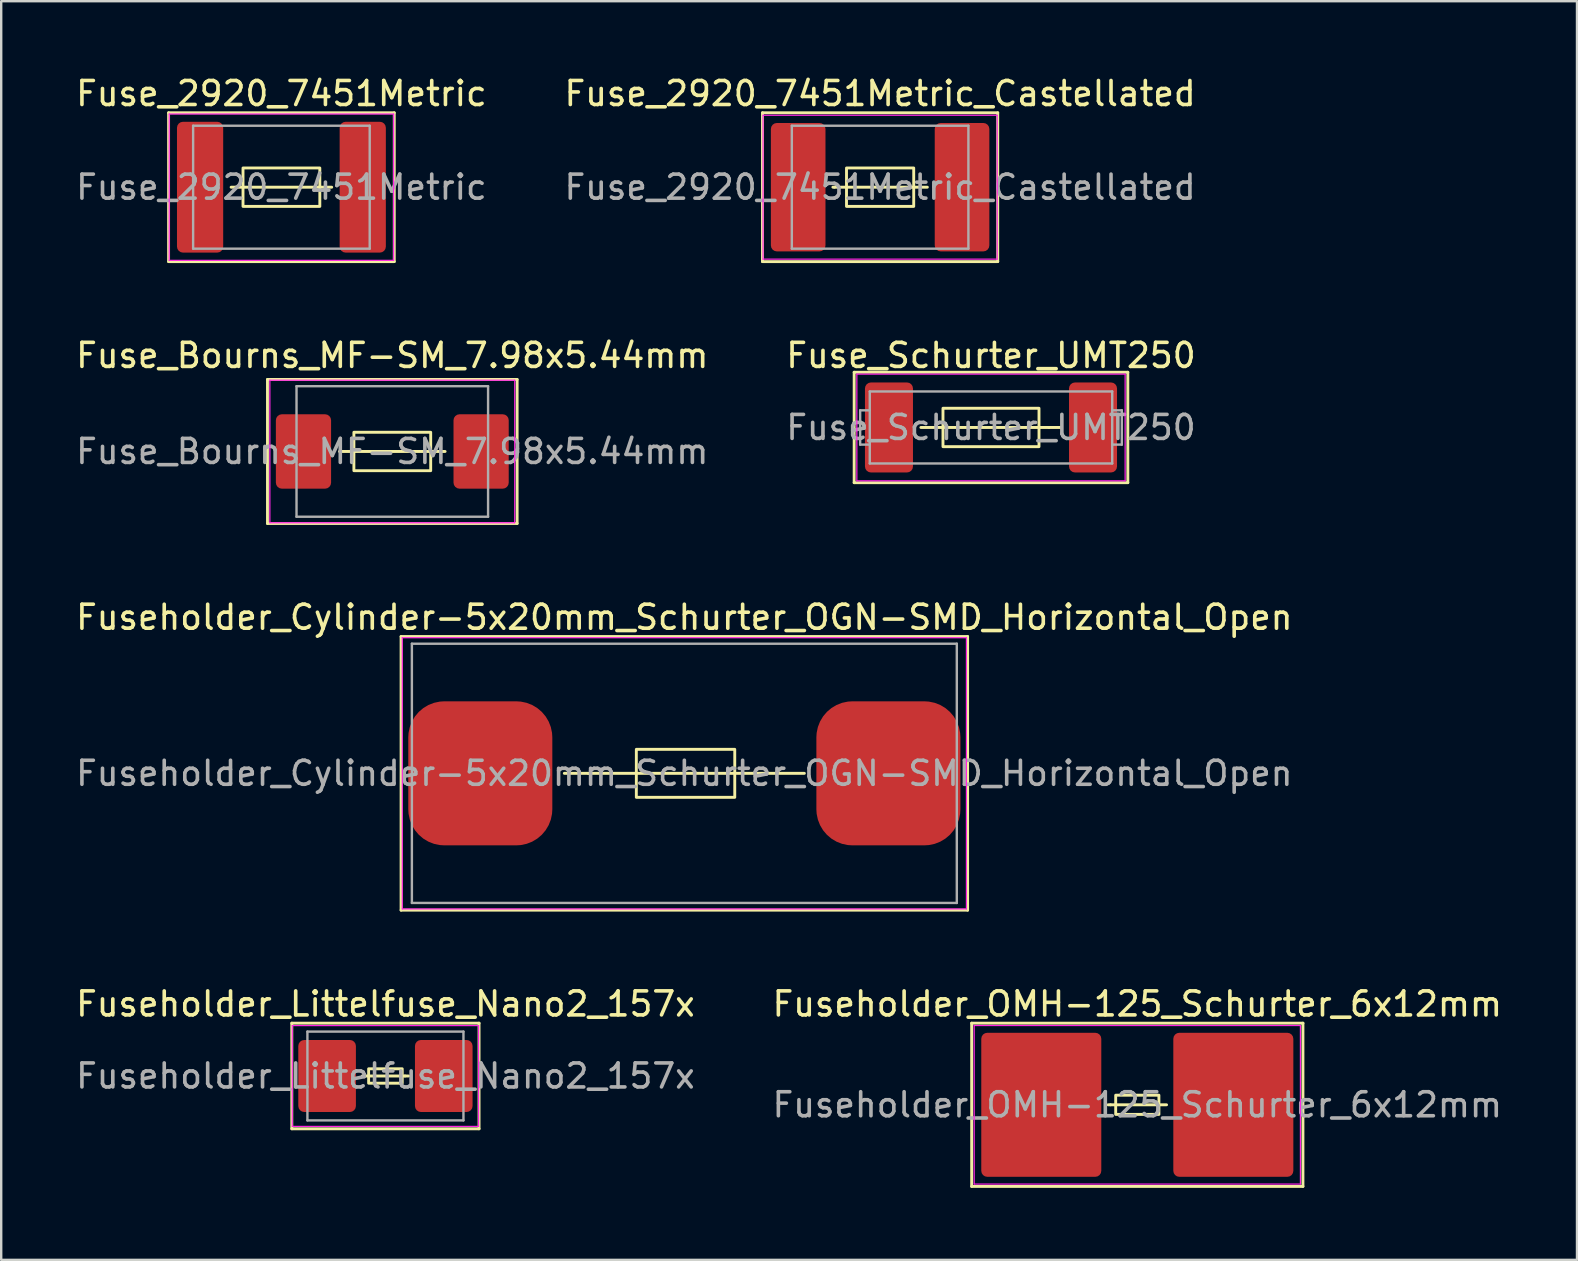
<source format=kicad_pcb>
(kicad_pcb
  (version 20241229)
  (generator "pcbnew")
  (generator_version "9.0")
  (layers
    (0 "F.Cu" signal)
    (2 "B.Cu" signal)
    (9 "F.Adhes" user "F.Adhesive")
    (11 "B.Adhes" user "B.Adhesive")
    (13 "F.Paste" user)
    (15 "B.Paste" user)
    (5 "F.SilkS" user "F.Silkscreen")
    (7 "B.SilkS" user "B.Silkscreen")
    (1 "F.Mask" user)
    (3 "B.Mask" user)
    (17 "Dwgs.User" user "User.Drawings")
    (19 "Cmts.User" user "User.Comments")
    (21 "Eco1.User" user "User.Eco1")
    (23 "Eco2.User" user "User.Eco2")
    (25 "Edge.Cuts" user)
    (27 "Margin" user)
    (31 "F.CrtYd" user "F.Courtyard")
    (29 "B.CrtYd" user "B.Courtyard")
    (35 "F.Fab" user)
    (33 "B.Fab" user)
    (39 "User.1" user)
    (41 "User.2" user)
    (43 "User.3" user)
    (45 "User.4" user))
  (footprint "Fuseholder_Littelfuse_Nano2_157x"
    (layer "F.Cu")
    (at 13.006 41.773)
    (property "Reference" "Fuseholder_Littelfuse_Nano2_157x" (at 0 -3 0) (layer "F.SilkS") (effects (font (size 1 1) (thickness 0.15))))
    (attr smd)
    (fp_line (start -3.9 -2.2) (end -3.9 2.2) (stroke (width 0.12) (type solid)) (layer "F.SilkS"))
    (fp_line (start -3.9 2.2) (end 3.9 2.2) (stroke (width 0.12) (type solid)) (layer "F.SilkS"))
    (fp_line (start 0.813 0) (end -0.965 0) (stroke (width 0.12) (type solid)) (layer "F.SilkS"))
    (fp_line (start 0.813 0) (end 0.965 0) (stroke (width 0.12) (type solid)) (layer "F.SilkS"))
    (fp_line (start 3.9 -2.2) (end -3.9 -2.2) (stroke (width 0.12) (type solid)) (layer "F.SilkS"))
    (fp_line (start 3.9 2.2) (end 3.9 -2.2) (stroke (width 0.12) (type solid)) (layer "F.SilkS"))
    (fp_rect (start -0.7 -0.3) (end 0.7 0.3) (stroke (width 0.12) (type solid)) (fill no) (layer "F.SilkS"))
    (fp_line (start -3.88 -2.1) (end -3.88 2.1) (stroke (width 0.05) (type solid)) (layer "F.CrtYd"))
    (fp_line (start -3.88 -2.1) (end 3.88 -2.1) (stroke (width 0.05) (type solid)) (layer "F.CrtYd"))
    (fp_line (start -3.88 2.1) (end 3.88 2.1) (stroke (width 0.05) (type solid)) (layer "F.CrtYd"))
    (fp_line (start 3.88 -2.1) (end 3.88 2.1) (stroke (width 0.05) (type solid)) (layer "F.CrtYd"))
    (fp_line (start -3.25 -1.85) (end -3.25 1.85) (stroke (width 0.1) (type solid)) (layer "F.Fab"))
    (fp_line (start -3.25 -1.85) (end 3.25 -1.85) (stroke (width 0.1) (type solid)) (layer "F.Fab"))
    (fp_line (start -3.25 1.85) (end 3.25 1.85) (stroke (width 0.1) (type solid)) (layer "F.Fab"))
    (fp_line (start 3.25 -1.85) (end 3.25 1.85) (stroke (width 0.1) (type solid)) (layer "F.Fab"))
    (fp_text user "${REFERENCE}" (at 0 0 0) (layer "F.Fab") (effects (font (size 1 1) (thickness 0.15))))
    (pad "1" smd roundrect (at -2.43 0) (size 2.4 3) (layers "F.Cu" "F.Mask" "F.Paste") (roundrect_rratio 0.104))
    (pad "2" smd roundrect (at 2.43 0) (size 2.4 3) (layers "F.Cu" "F.Mask" "F.Paste") (roundrect_rratio 0.104)))
  (footprint "Fuseholder_OMH-125_Schurter_6x12mm"
    (layer "F.Cu")
    (at 44.327 42.973)
    (property "Reference" "Fuseholder_OMH-125_Schurter_6x12mm" (at 0 -4.2 0) (layer "F.SilkS") (effects (font (size 1 1) (thickness 0.15))))
    (fp_line (start -6.9 -3.4) (end -6.9 3.4) (stroke (width 0.12) (type solid)) (layer "F.SilkS"))
    (fp_line (start -6.9 3.4) (end 6.9 3.4) (stroke (width 0.12) (type solid)) (layer "F.SilkS"))
    (fp_line (start -1.118 0) (end -1.219 0) (stroke (width 0.12) (type solid)) (layer "F.SilkS"))
    (fp_line (start -1.118 0) (end 1.219 0) (stroke (width 0.12) (type solid)) (layer "F.SilkS"))
    (fp_line (start 6.9 -3.4) (end -6.9 -3.4) (stroke (width 0.12) (type solid)) (layer "F.SilkS"))
    (fp_line (start 6.9 3.4) (end 6.9 -3.4) (stroke (width 0.12) (type solid)) (layer "F.SilkS"))
    (fp_rect (start -0.9 -0.4) (end 0.9 0.4) (stroke (width 0.12) (type solid)) (fill no) (layer "F.SilkS"))
    (fp_line (start -6.795 -3.302) (end 6.795 -3.302) (stroke (width 0.05) (type solid)) (layer "F.CrtYd"))
    (fp_line (start -6.795 3.302) (end -6.795 -3.302) (stroke (width 0.05) (type solid)) (layer "F.CrtYd"))
    (fp_line (start 6.795 -3.302) (end 6.795 3.302) (stroke (width 0.05) (type solid)) (layer "F.CrtYd"))
    (fp_line (start 6.795 3.302) (end -6.795 3.302) (stroke (width 0.05) (type solid)) (layer "F.CrtYd"))
    (fp_text user "${REFERENCE}" (at 0 0 0) (layer "F.Fab") (effects (font (size 1 1) (thickness 0.15))))
    (pad "1" smd roundrect (at -4 0) (size 5 6) (layers "F.Cu" "F.Mask" "F.Paste") (roundrect_rratio 0.05))
    (pad "2" smd roundrect (at 4 0) (size 5 6) (layers "F.Cu" "F.Mask" "F.Paste") (roundrect_rratio 0.05)))
  (footprint "Fuseholder_Cylinder-5x20mm_Schurter_OGN-SMD_Horizontal_Open"
    (layer "F.Cu")
    (at 25.458 29.165)
    (property "Reference" "Fuseholder_Cylinder-5x20mm_Schurter_OGN-SMD_Horizontal_Open" (at 0 -6.5 0) (layer "F.SilkS") (effects (font (size 1 1) (thickness 0.15))))
    (attr smd)
    (fp_line (start -11.8 -5.7) (end -11.8 5.7) (stroke (width 0.12) (type solid)) (layer "F.SilkS"))
    (fp_line (start -11.8 5.7) (end 11.8 5.7) (stroke (width 0.12) (type solid)) (layer "F.SilkS"))
    (fp_line (start -5 0) (end -4 0) (stroke (width 0.12) (type solid)) (layer "F.SilkS"))
    (fp_line (start 5 0) (end -4 0) (stroke (width 0.12) (type solid)) (layer "F.SilkS"))
    (fp_line (start 11.8 -5.7) (end -11.8 -5.7) (stroke (width 0.12) (type solid)) (layer "F.SilkS"))
    (fp_line (start 11.8 5.7) (end 11.8 -5.7) (stroke (width 0.12) (type solid)) (layer "F.SilkS"))
    (fp_rect (start -2 -1) (end 2.1 1) (stroke (width 0.12) (type solid)) (fill no) (layer "F.SilkS"))
    (fp_line (start -11.75 -5.65) (end 11.75 -5.65) (stroke (width 0.05) (type solid)) (layer "F.CrtYd"))
    (fp_line (start -11.75 5.65) (end -11.75 -5.65) (stroke (width 0.05) (type solid)) (layer "F.CrtYd"))
    (fp_line (start 11.75 5.65) (end -11.75 5.65) (stroke (width 0.05) (type solid)) (layer "F.CrtYd"))
    (fp_line (start 11.75 5.65) (end 11.75 -5.65) (stroke (width 0.05) (type solid)) (layer "F.CrtYd"))
    (fp_line (start -11.35 -5.4) (end -11.35 5.4) (stroke (width 0.1) (type solid)) (layer "F.Fab"))
    (fp_line (start -11.35 -5.4) (end 11.35 -5.4) (stroke (width 0.1) (type solid)) (layer "F.Fab"))
    (fp_line (start 11.35 -5.4) (end 11.35 5.4) (stroke (width 0.1) (type solid)) (layer "F.Fab"))
    (fp_line (start 11.35 5.4) (end -11.35 5.4) (stroke (width 0.1) (type solid)) (layer "F.Fab"))
    (fp_text user "${REFERENCE}" (at 0 0 0) (layer "F.Fab") (effects (font (size 1 1) (thickness 0.15))))
    (pad "1" smd roundrect (at -8.5 0) (size 6 6) (layers "F.Cu" "F.Mask" "F.Paste") (roundrect_rratio 0.25))
    (pad "2" smd roundrect (at 8.5 0) (size 6 6) (layers "F.Cu" "F.Mask" "F.Paste") (roundrect_rratio 0.25)))
  (footprint "Fuse_2920_7451Metric_Castellated"
    (layer "F.Cu")
    (at 33.613 4.748)
    (property "Reference" "Fuse_2920_7451Metric_Castellated" (at 0 -3.9 0) (layer "F.SilkS") (effects (font (size 1 1) (thickness 0.15))))
    (attr smd)
    (fp_line (start -4.9 -3.1) (end -4.9 3) (stroke (width 0.12) (type solid)) (layer "F.SilkS"))
    (fp_line (start -4.9 3) (end -4.9 3.1) (stroke (width 0.12) (type solid)) (layer "F.SilkS"))
    (fp_line (start -4.9 3.1) (end 4.9 3.1) (stroke (width 0.12) (type solid)) (layer "F.SilkS"))
    (fp_line (start -1.905 0) (end -1.968 0) (stroke (width 0.12) (type solid)) (layer "F.SilkS"))
    (fp_line (start 1.968 0) (end -1.905 0) (stroke (width 0.12) (type solid)) (layer "F.SilkS"))
    (fp_line (start 4.9 -3.1) (end -4.9 -3.1) (stroke (width 0.12) (type solid)) (layer "F.SilkS"))
    (fp_line (start 4.9 3.1) (end 4.9 -3.1) (stroke (width 0.12) (type solid)) (layer "F.SilkS"))
    (fp_rect (start -1.4 -0.8) (end 1.4 0.8) (stroke (width 0.12) (type solid)) (fill no) (layer "F.SilkS"))
    (fp_line (start -4.877 -2.997) (end 4.877 -2.997) (stroke (width 0.05) (type solid)) (layer "F.CrtYd"))
    (fp_line (start -4.877 2.997) (end -4.877 -2.997) (stroke (width 0.05) (type solid)) (layer "F.CrtYd"))
    (fp_line (start 4.877 -2.997) (end 4.877 2.997) (stroke (width 0.05) (type solid)) (layer "F.CrtYd"))
    (fp_line (start 4.877 2.997) (end -4.877 2.997) (stroke (width 0.05) (type solid)) (layer "F.CrtYd"))
    (fp_line (start -3.678 -2.56) (end 3.678 -2.56) (stroke (width 0.1) (type solid)) (layer "F.Fab"))
    (fp_line (start -3.678 2.56) (end -3.678 -2.56) (stroke (width 0.1) (type solid)) (layer "F.Fab"))
    (fp_line (start 3.678 -2.56) (end 3.678 2.56) (stroke (width 0.1) (type solid)) (layer "F.Fab"))
    (fp_line (start 3.678 2.56) (end -3.678 2.56) (stroke (width 0.1) (type solid)) (layer "F.Fab"))
    (fp_text user "${REFERENCE}" (at 0 0 0) (layer "F.Fab") (effects (font (size 1 1) (thickness 0.15))))
    (pad "1" smd roundrect (at -3.413 0) (size 2.275 5.35) (layers "F.Cu" "F.Mask" "F.Paste") (roundrect_rratio 0.11))
    (pad "2" smd roundrect (at 3.413 0) (size 2.275 5.35) (layers "F.Cu" "F.Mask" "F.Paste") (roundrect_rratio 0.11)))
  (footprint "Fuse_Bourns_MF-SM_7.98x5.44mm"
    (layer "F.Cu")
    (at 13.292 15.757)
    (property "Reference" "Fuse_Bourns_MF-SM_7.98x5.44mm" (at 0 -4 0) (layer "F.SilkS") (effects (font (size 1 1) (thickness 0.15))))
    (attr smd)
    (fp_line (start -5.2 -3) (end 5.2 -3) (stroke (width 0.12) (type solid)) (layer "F.SilkS"))
    (fp_line (start -5.2 3) (end -5.2 -3) (stroke (width 0.12) (type solid)) (layer "F.SilkS"))
    (fp_line (start -2.2 0) (end 1.6 0) (stroke (width 0.12) (type solid)) (layer "F.SilkS"))
    (fp_line (start 1.8 0) (end 1.6 0) (stroke (width 0.12) (type solid)) (layer "F.SilkS"))
    (fp_line (start 2.2 0) (end 1.8 0) (stroke (width 0.12) (type solid)) (layer "F.SilkS"))
    (fp_line (start 5.2 -3) (end 5.2 3) (stroke (width 0.12) (type solid)) (layer "F.SilkS"))
    (fp_line (start 5.2 3) (end -5.2 3) (stroke (width 0.12) (type solid)) (layer "F.SilkS"))
    (fp_rect (start -1.6 -0.8) (end 1.6 0.8) (stroke (width 0.12) (type solid)) (fill no) (layer "F.SilkS"))
    (fp_line (start -5.1 -2.97) (end 5.1 -2.97) (stroke (width 0.05) (type solid)) (layer "F.CrtYd"))
    (fp_line (start -5.1 2.97) (end -5.1 -2.97) (stroke (width 0.05) (type solid)) (layer "F.CrtYd"))
    (fp_line (start 5.1 -2.97) (end 5.1 2.97) (stroke (width 0.05) (type solid)) (layer "F.CrtYd"))
    (fp_line (start 5.1 2.97) (end -5.1 2.97) (stroke (width 0.05) (type solid)) (layer "F.CrtYd"))
    (fp_line (start -3.99 -2.72) (end 3.99 -2.72) (stroke (width 0.1) (type solid)) (layer "F.Fab"))
    (fp_line (start -3.99 2.72) (end -3.99 -2.72) (stroke (width 0.1) (type solid)) (layer "F.Fab"))
    (fp_line (start 3.99 -2.72) (end 3.99 2.72) (stroke (width 0.1) (type solid)) (layer "F.Fab"))
    (fp_line (start 3.99 2.72) (end -3.99 2.72) (stroke (width 0.1) (type solid)) (layer "F.Fab"))
    (fp_text user "${REFERENCE}" (at 0 0 0) (layer "F.Fab") (effects (font (size 1 1) (thickness 0.15))))
    (pad "1" smd roundrect (at -3.7 0) (size 2.3 3.1) (layers "F.Cu" "F.Mask" "F.Paste") (roundrect_rratio 0.109))
    (pad "2" smd roundrect (at 3.7 0) (size 2.3 3.1) (layers "F.Cu" "F.Mask" "F.Paste") (roundrect_rratio 0.109)))
  (footprint "Fuse_2920_7451Metric"
    (layer "F.Cu")
    (at 8.673 4.748)
    (property "Reference" "Fuse_2920_7451Metric" (at 0 -3.9 0) (layer "F.SilkS") (effects (font (size 1 1) (thickness 0.15))))
    (attr smd)
    (fp_line (start -4.7 -3.1) (end -4.7 3.1) (stroke (width 0.12) (type solid)) (layer "F.SilkS"))
    (fp_line (start -4.7 3.1) (end 4.7 3.1) (stroke (width 0.12) (type solid)) (layer "F.SilkS"))
    (fp_line (start -1.905 0) (end -2.095 0) (stroke (width 0.12) (type solid)) (layer "F.SilkS"))
    (fp_line (start 2.095 0) (end -1.905 0) (stroke (width 0.12) (type solid)) (layer "F.SilkS"))
    (fp_line (start 4.7 -3.1) (end -4.7 -3.1) (stroke (width 0.12) (type solid)) (layer "F.SilkS"))
    (fp_line (start 4.7 3.1) (end 4.7 -3.1) (stroke (width 0.12) (type solid)) (layer "F.SilkS"))
    (fp_rect (start -1.6 -0.8) (end 1.6 0.8) (stroke (width 0.12) (type solid)) (fill no) (layer "F.SilkS"))
    (fp_line (start -4.674 -3.048) (end 4.674 -3.048) (stroke (width 0.05) (type solid)) (layer "F.CrtYd"))
    (fp_line (start -4.674 3.048) (end -4.674 -3.048) (stroke (width 0.05) (type solid)) (layer "F.CrtYd"))
    (fp_line (start 4.674 -3.048) (end 4.674 3.048) (stroke (width 0.05) (type solid)) (layer "F.CrtYd"))
    (fp_line (start 4.674 3.048) (end -4.674 3.048) (stroke (width 0.05) (type solid)) (layer "F.CrtYd"))
    (fp_line (start -3.678 -2.56) (end 3.678 -2.56) (stroke (width 0.1) (type solid)) (layer "F.Fab"))
    (fp_line (start -3.678 2.56) (end -3.678 -2.56) (stroke (width 0.1) (type solid)) (layer "F.Fab"))
    (fp_line (start 3.678 -2.56) (end 3.678 2.56) (stroke (width 0.1) (type solid)) (layer "F.Fab"))
    (fp_line (start 3.678 2.56) (end -3.678 2.56) (stroke (width 0.1) (type solid)) (layer "F.Fab"))
    (fp_text user "${REFERENCE}" (at 0 0 0) (layer "F.Fab") (effects (font (size 1 1) (thickness 0.15))))
    (pad "1" smd roundrect (at -3.388 0) (size 1.925 5.45) (layers "F.Cu" "F.Mask" "F.Paste") (roundrect_rratio 0.13))
    (pad "2" smd roundrect (at 3.388 0) (size 1.925 5.45) (layers "F.Cu" "F.Mask" "F.Paste") (roundrect_rratio 0.13)))
  (footprint "Fuse_Schurter_UMT250"
    (layer "F.Cu")
    (at 38.232 14.757)
    (property "Reference" "Fuse_Schurter_UMT250" (at 0 -3 0) (layer "F.SilkS") (effects (font (size 1 1) (thickness 0.15))))
    (attr smd)
    (fp_line (start -5.7 -2.3) (end -5.7 2.3) (stroke (width 0.12) (type solid)) (layer "F.SilkS"))
    (fp_line (start -5.7 2.3) (end 5.7 2.3) (stroke (width 0.12) (type solid)) (layer "F.SilkS"))
    (fp_line (start 2.413 0) (end -2.921 0) (stroke (width 0.12) (type solid)) (layer "F.SilkS"))
    (fp_line (start 2.413 0) (end 2.921 0) (stroke (width 0.12) (type solid)) (layer "F.SilkS"))
    (fp_line (start 5.7 -2.3) (end -5.7 -2.3) (stroke (width 0.12) (type solid)) (layer "F.SilkS"))
    (fp_line (start 5.7 2.3) (end 5.7 -2.3) (stroke (width 0.12) (type solid)) (layer "F.SilkS"))
    (fp_rect (start -2 -0.8) (end 2 0.8) (stroke (width 0.12) (type solid)) (fill no) (layer "F.SilkS"))
    (fp_line (start -5.588 -2.223) (end 5.588 -2.223) (stroke (width 0.05) (type solid)) (layer "F.CrtYd"))
    (fp_line (start -5.588 2.223) (end -5.588 -2.223) (stroke (width 0.05) (type solid)) (layer "F.CrtYd"))
    (fp_line (start 5.588 -2.223) (end 5.588 2.223) (stroke (width 0.05) (type solid)) (layer "F.CrtYd"))
    (fp_line (start 5.588 2.223) (end -5.588 2.223) (stroke (width 0.05) (type solid)) (layer "F.CrtYd"))
    (fp_line (start -5.45 0.715) (end -5.45 -0.715) (stroke (width 0.1) (type solid)) (layer "F.Fab"))
    (fp_line (start -5.05 -1.5) (end 5.05 -1.5) (stroke (width 0.1) (type solid)) (layer "F.Fab"))
    (fp_line (start -5.05 -0.715) (end -5.45 -0.715) (stroke (width 0.1) (type solid)) (layer "F.Fab"))
    (fp_line (start -5.05 0.715) (end -5.45 0.715) (stroke (width 0.1) (type solid)) (layer "F.Fab"))
    (fp_line (start -5.05 1.5) (end -5.05 -1.5) (stroke (width 0.1) (type solid)) (layer "F.Fab"))
    (fp_line (start 5.05 -1.5) (end 5.05 1.5) (stroke (width 0.1) (type solid)) (layer "F.Fab"))
    (fp_line (start 5.05 -0.715) (end 5.45 -0.715) (stroke (width 0.1) (type solid)) (layer "F.Fab"))
    (fp_line (start 5.05 0.715) (end 5.45 0.715) (stroke (width 0.1) (type solid)) (layer "F.Fab"))
    (fp_line (start 5.05 1.5) (end -5.05 1.5) (stroke (width 0.1) (type solid)) (layer "F.Fab"))
    (fp_line (start 5.45 -0.715) (end 5.45 0.715) (stroke (width 0.1) (type solid)) (layer "F.Fab"))
    (fp_text user "${REFERENCE}" (at 0 0 0) (layer "F.Fab") (effects (font (size 1 1) (thickness 0.15))))
    (pad "1" smd roundrect (at -4.25 0) (size 2 3.75) (layers "F.Cu" "F.Mask" "F.Paste") (roundrect_rratio 0.125))
    (pad "2" smd roundrect (at 4.25 0) (size 2 3.75) (layers "F.Cu" "F.Mask" "F.Paste") (roundrect_rratio 0.125)))
  (gr_rect
    (start -3 -3)
    (end 62.643 49.433)
    (stroke (width 0.1) (type default))
    (fill no)
    (layer "Edge.Cuts")))
</source>
